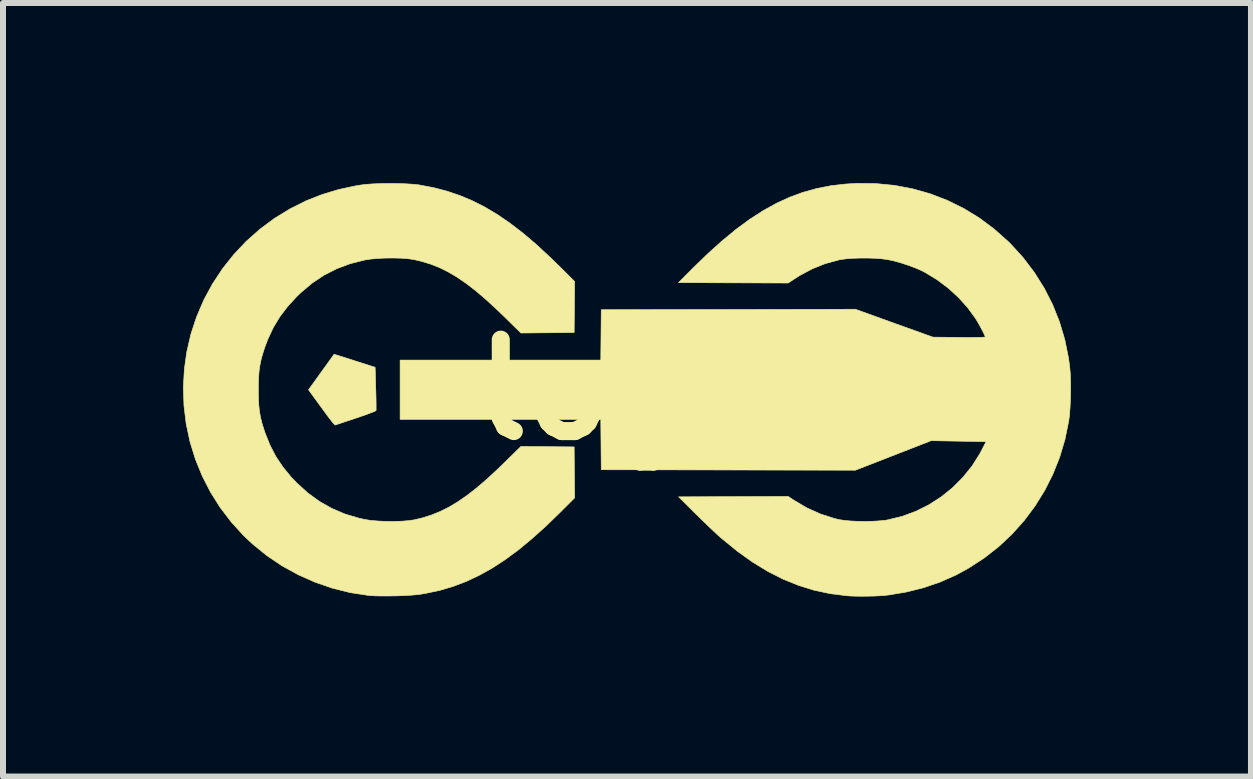
<source format=kicad_pcb>
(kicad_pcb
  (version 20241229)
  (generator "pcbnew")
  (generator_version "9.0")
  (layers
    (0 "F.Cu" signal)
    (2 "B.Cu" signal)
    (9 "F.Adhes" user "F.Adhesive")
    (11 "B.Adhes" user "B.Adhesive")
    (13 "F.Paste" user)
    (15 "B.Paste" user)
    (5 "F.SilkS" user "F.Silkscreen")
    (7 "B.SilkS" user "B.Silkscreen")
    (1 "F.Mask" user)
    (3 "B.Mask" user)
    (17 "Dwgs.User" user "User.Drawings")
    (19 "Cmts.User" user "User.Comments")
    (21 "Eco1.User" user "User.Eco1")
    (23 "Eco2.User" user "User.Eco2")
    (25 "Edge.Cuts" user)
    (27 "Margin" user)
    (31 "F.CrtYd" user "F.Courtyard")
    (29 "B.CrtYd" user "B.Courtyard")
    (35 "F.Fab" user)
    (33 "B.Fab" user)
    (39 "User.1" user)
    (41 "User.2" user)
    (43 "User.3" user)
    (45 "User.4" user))
  (footprint "logo"
    (layer "F.Cu")
    (at 7.399 3.444)
    (property "Reference" "logo" (at 0 0 0) (layer "F.SilkS") (effects (font (size 1.524 1.524) (thickness 0.3))))
    (attr through_hole)
    (fp_poly (pts (xy -4.815 -0.571) (xy -4.781 -0.56) (xy -4.726 -0.543) (xy -4.654 -0.52) (xy -4.571 -0.493) (xy -4.484 -0.465) (xy -4.473 -0.462) (xy -4.198 -0.373) (xy -4.188 -0.021) (xy -4.185 0.077) (xy -4.183 0.165) (xy -4.182 0.241) (xy -4.182 0.299) (xy -4.182 0.336) (xy -4.183 0.348) (xy -4.198 0.356) (xy -4.235 0.372) (xy -4.292 0.394) (xy -4.365 0.421) (xy -4.45 0.45) (xy -4.518 0.473) (xy -4.61 0.504) (xy -4.693 0.531) (xy -4.763 0.555) (xy -4.818 0.573) (xy -4.852 0.585) (xy -4.862 0.588) (xy -4.875 0.579) (xy -4.901 0.551) (xy -4.937 0.506) (xy -4.981 0.45) (xy -5.018 0.399) (xy -5.072 0.325) (xy -5.127 0.25) (xy -5.177 0.181) (xy -5.218 0.125) (xy -5.234 0.103) (xy -5.308 0.001) (xy -5.095 -0.295) (xy -4.882 -0.591) (xy -4.815 -0.571)) (stroke (width 0.01) (type solid)) (fill yes) (layer "F.SilkS"))
    (fp_poly (pts (xy -3.832 -3.436) (xy -3.7 -3.432) (xy -3.581 -3.425) (xy -3.481 -3.415) (xy -3.45 -3.41) (xy -3.22 -3.366) (xy -2.999 -3.308) (xy -2.784 -3.235) (xy -2.574 -3.147) (xy -2.367 -3.042) (xy -2.16 -2.918) (xy -1.951 -2.775) (xy -1.737 -2.611) (xy -1.518 -2.425) (xy -1.291 -2.215) (xy -1.111 -2.04) (xy -0.874 -1.804) (xy -0.882 -0.953) (xy -1.769 -0.945) (xy -2.01 -1.182) (xy -2.198 -1.363) (xy -2.372 -1.522) (xy -2.536 -1.66) (xy -2.691 -1.779) (xy -2.84 -1.88) (xy -2.985 -1.965) (xy -3.128 -2.036) (xy -3.271 -2.092) (xy -3.418 -2.137) (xy -3.552 -2.169) (xy -3.648 -2.183) (xy -3.763 -2.192) (xy -3.891 -2.195) (xy -4.023 -2.194) (xy -4.153 -2.188) (xy -4.272 -2.177) (xy -4.371 -2.162) (xy -4.612 -2.101) (xy -4.837 -2.017) (xy -5.048 -1.91) (xy -5.246 -1.778) (xy -5.434 -1.62) (xy -5.504 -1.553) (xy -5.657 -1.386) (xy -5.786 -1.216) (xy -5.894 -1.038) (xy -5.984 -0.846) (xy -6.032 -0.72) (xy -6.069 -0.607) (xy -6.098 -0.505) (xy -6.118 -0.408) (xy -6.132 -0.309) (xy -6.14 -0.2) (xy -6.144 -0.073) (xy -6.144 0) (xy -6.142 0.138) (xy -6.137 0.255) (xy -6.126 0.358) (xy -6.109 0.455) (xy -6.085 0.554) (xy -6.052 0.66) (xy -6.032 0.72) (xy -5.95 0.924) (xy -5.853 1.111) (xy -5.737 1.285) (xy -5.599 1.454) (xy -5.504 1.553) (xy -5.319 1.721) (xy -5.125 1.862) (xy -4.92 1.978) (xy -4.702 2.071) (xy -4.469 2.14) (xy -4.371 2.162) (xy -4.269 2.178) (xy -4.149 2.188) (xy -4.018 2.194) (xy -3.885 2.195) (xy -3.757 2.191) (xy -3.642 2.182) (xy -3.551 2.169) (xy -3.4 2.133) (xy -3.254 2.086) (xy -3.11 2.027) (xy -2.966 1.955) (xy -2.82 1.867) (xy -2.669 1.763) (xy -2.512 1.641) (xy -2.346 1.499) (xy -2.169 1.336) (xy -2.01 1.182) (xy -1.769 0.945) (xy -1.325 0.949) (xy -0.882 0.953) (xy -0.878 1.377) (xy -0.874 1.802) (xy -1.111 2.039) (xy -1.352 2.273) (xy -1.585 2.482) (xy -1.81 2.668) (xy -2.031 2.831) (xy -2.247 2.972) (xy -2.463 3.092) (xy -2.679 3.194) (xy -2.898 3.277) (xy -3.12 3.343) (xy -3.349 3.392) (xy -3.443 3.408) (xy -3.52 3.417) (xy -3.619 3.425) (xy -3.732 3.431) (xy -3.853 3.435) (xy -3.976 3.437) (xy -4.093 3.437) (xy -4.198 3.435) (xy -4.284 3.43) (xy -4.311 3.427) (xy -4.613 3.381) (xy -4.91 3.307) (xy -5.2 3.207) (xy -5.48 3.083) (xy -5.749 2.935) (xy -6.003 2.764) (xy -6.24 2.571) (xy -6.386 2.435) (xy -6.594 2.206) (xy -6.78 1.963) (xy -6.942 1.705) (xy -7.08 1.436) (xy -7.194 1.156) (xy -7.283 0.867) (xy -7.346 0.571) (xy -7.383 0.271) (xy -7.394 -0.034) (xy -7.377 -0.34) (xy -7.337 -0.628) (xy -7.268 -0.927) (xy -7.172 -1.217) (xy -7.053 -1.496) (xy -6.909 -1.762) (xy -6.743 -2.014) (xy -6.556 -2.25) (xy -6.349 -2.47) (xy -6.123 -2.671) (xy -5.879 -2.853) (xy -5.618 -3.013) (xy -5.342 -3.151) (xy -5.341 -3.151) (xy -5.082 -3.253) (xy -4.807 -3.336) (xy -4.523 -3.397) (xy -4.445 -3.41) (xy -4.351 -3.422) (xy -4.235 -3.43) (xy -4.106 -3.435) (xy -3.97 -3.437) (xy -3.832 -3.436)) (stroke (width 0.01) (type solid)) (fill yes) (layer "F.SilkS"))
    (fp_poly (pts (xy 4.147 -3.435) (xy 4.456 -3.405) (xy 4.758 -3.348) (xy 5.051 -3.265) (xy 5.335 -3.156) (xy 5.607 -3.022) (xy 5.868 -2.863) (xy 6.115 -2.679) (xy 6.348 -2.472) (xy 6.386 -2.435) (xy 6.598 -2.203) (xy 6.786 -1.955) (xy 6.95 -1.694) (xy 7.09 -1.42) (xy 7.204 -1.134) (xy 7.293 -0.837) (xy 7.355 -0.531) (xy 7.375 -0.386) (xy 7.385 -0.27) (xy 7.39 -0.135) (xy 7.391 0.011) (xy 7.388 0.159) (xy 7.381 0.301) (xy 7.371 0.431) (xy 7.359 0.522) (xy 7.297 0.827) (xy 7.209 1.122) (xy 7.096 1.406) (xy 6.959 1.678) (xy 6.799 1.936) (xy 6.618 2.179) (xy 6.415 2.406) (xy 6.193 2.614) (xy 5.952 2.803) (xy 5.694 2.971) (xy 5.482 3.087) (xy 5.217 3.204) (xy 4.938 3.3) (xy 4.648 3.372) (xy 4.352 3.421) (xy 4.278 3.429) (xy 4.206 3.434) (xy 4.115 3.438) (xy 4.013 3.44) (xy 3.907 3.441) (xy 3.807 3.44) (xy 3.72 3.437) (xy 3.662 3.433) (xy 3.385 3.398) (xy 3.117 3.341) (xy 2.855 3.26) (xy 2.598 3.156) (xy 2.344 3.027) (xy 2.092 2.873) (xy 1.84 2.693) (xy 1.585 2.485) (xy 1.566 2.47) (xy 1.515 2.424) (xy 1.448 2.362) (xy 1.371 2.289) (xy 1.288 2.209) (xy 1.203 2.127) (xy 1.138 2.063) (xy 0.859 1.785) (xy 2.684 1.778) (xy 2.781 1.842) (xy 2.998 1.97) (xy 3.223 2.071) (xy 3.457 2.146) (xy 3.528 2.163) (xy 3.614 2.177) (xy 3.721 2.187) (xy 3.842 2.193) (xy 3.968 2.195) (xy 4.094 2.192) (xy 4.211 2.185) (xy 4.313 2.174) (xy 4.346 2.168) (xy 4.583 2.11) (xy 4.811 2.026) (xy 5.028 1.918) (xy 5.232 1.787) (xy 5.421 1.635) (xy 5.593 1.463) (xy 5.746 1.274) (xy 5.877 1.068) (xy 5.924 0.979) (xy 5.981 0.865) (xy 5.067 0.849) (xy 3.804 1.341) (xy 1.687 1.337) (xy -0.43 1.333) (xy -0.434 0.914) (xy -0.438 0.494) (xy -3.782 0.494) (xy -3.782 -0.494) (xy -0.438 -0.494) (xy -0.434 -0.914) (xy -0.43 -1.333) (xy 1.687 -1.337) (xy 3.804 -1.341) (xy 4.451 -1.108) (xy 5.097 -0.876) (xy 5.533 -0.872) (xy 5.641 -0.871) (xy 5.739 -0.871) (xy 5.824 -0.872) (xy 5.892 -0.873) (xy 5.941 -0.875) (xy 5.966 -0.878) (xy 5.969 -0.879) (xy 5.962 -0.9) (xy 5.944 -0.939) (xy 5.918 -0.991) (xy 5.886 -1.05) (xy 5.853 -1.11) (xy 5.82 -1.166) (xy 5.803 -1.192) (xy 5.674 -1.369) (xy 5.522 -1.537) (xy 5.352 -1.693) (xy 5.167 -1.832) (xy 4.973 -1.95) (xy 4.921 -1.978) (xy 4.82 -2.023) (xy 4.701 -2.068) (xy 4.575 -2.11) (xy 4.451 -2.145) (xy 4.346 -2.168) (xy 4.251 -2.181) (xy 4.138 -2.19) (xy 4.014 -2.194) (xy 3.885 -2.194) (xy 3.761 -2.19) (xy 3.647 -2.181) (xy 3.551 -2.168) (xy 3.525 -2.162) (xy 3.299 -2.1) (xy 3.085 -2.014) (xy 2.876 -1.903) (xy 2.783 -1.843) (xy 2.684 -1.778) (xy 1.771 -1.781) (xy 0.857 -1.785) (xy 1.101 -2.03) (xy 1.348 -2.269) (xy 1.586 -2.483) (xy 1.817 -2.673) (xy 2.044 -2.84) (xy 2.266 -2.983) (xy 2.488 -3.106) (xy 2.71 -3.208) (xy 2.933 -3.29) (xy 3.161 -3.353) (xy 3.395 -3.399) (xy 3.636 -3.427) (xy 3.831 -3.439) (xy 4.147 -3.435)) (stroke (width 0.01) (type solid)) (fill yes) (layer "F.SilkS")))
  (gr_rect
    (start -3 -3)
    (end 17.795 9.889)
    (stroke (width 0.1) (type default))
    (fill no)
    (layer "Edge.Cuts")))
</source>
